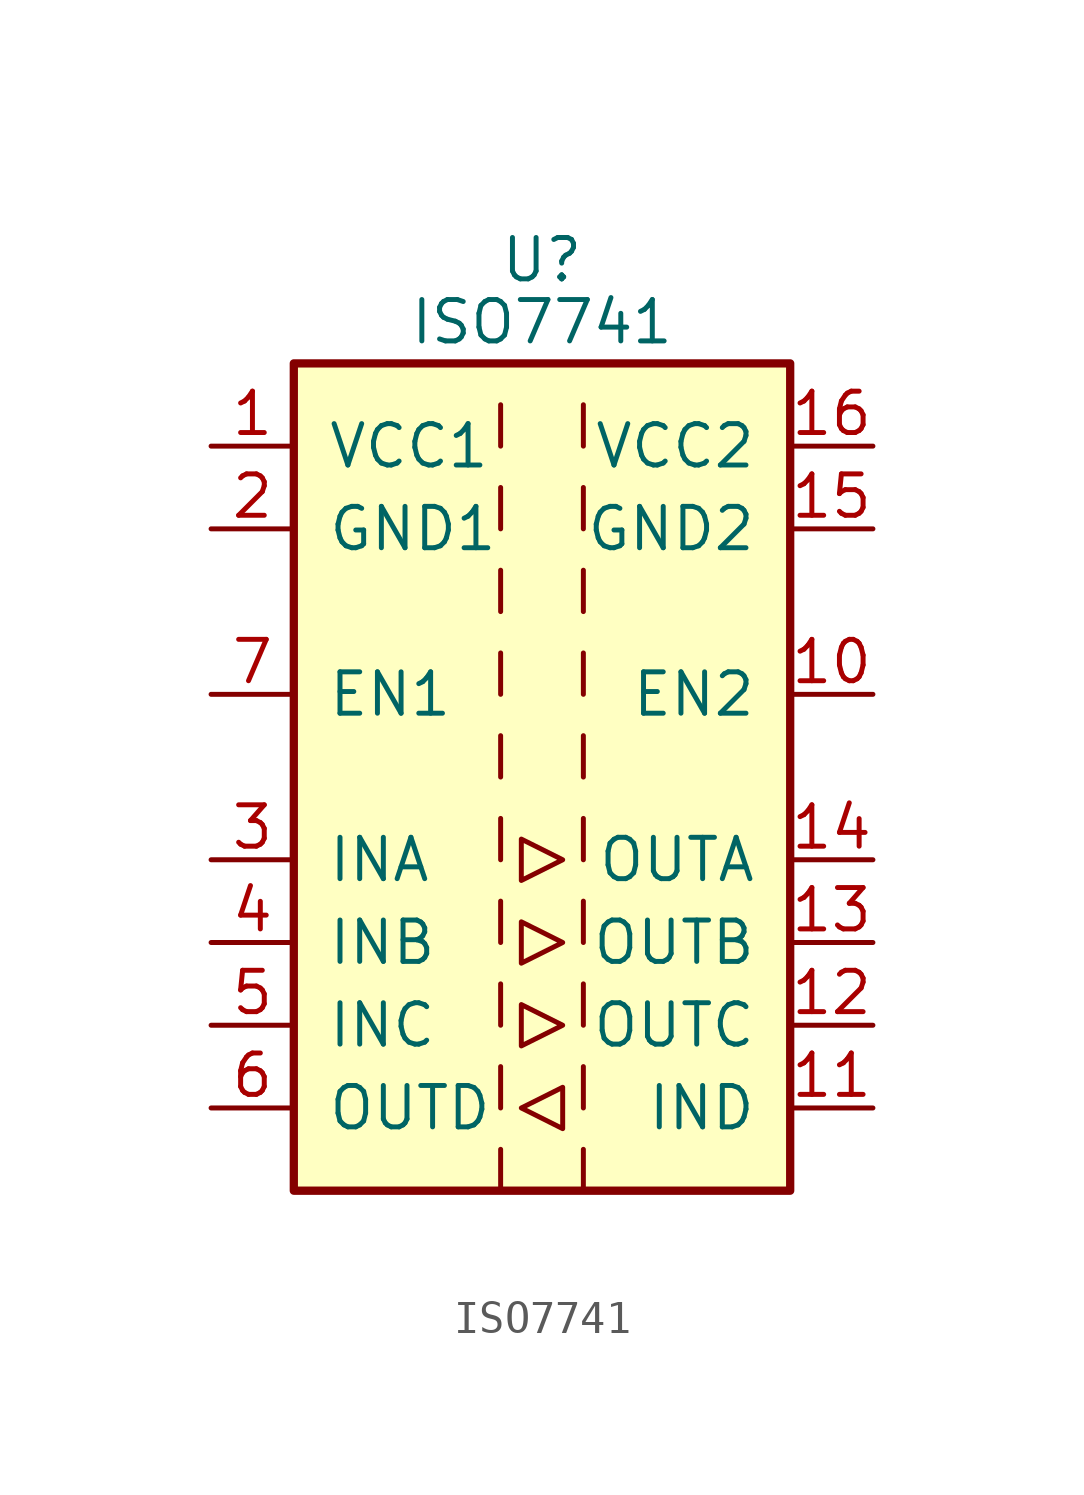
<source format=kicad_sym>
(kicad_symbol_lib
  (version 20241209)
  (generator "kicad_symbol_editor")
  (generator_version "9.0")
  (symbol "ISO7741"
    (pin_names
      (offset 1.016))
    (property "Reference" "U"
      (at 0 15.875 0)
      (effects (font (size 1.27 1.27))))
    (property "Value" "ISO7741"
      (at 0 13.97 0)
      (effects (font (size 1.27 1.27))))
    (symbol "ISO7741_0_1"
      (rectangle (start -7.62 12.7) (end 7.62 -12.7) (stroke (width 0.254) (type default)) (fill (type background)))
      (polyline (pts (xy -1.27 11.43) (xy -1.27 10.16)) (stroke (width 0) (type default)) (fill (type none)))
      (polyline (pts (xy -1.27 8.89) (xy -1.27 7.62)) (stroke (width 0) (type default)) (fill (type none)))
      (polyline (pts (xy -1.27 6.35) (xy -1.27 5.08)) (stroke (width 0) (type default)) (fill (type none)))
      (polyline (pts (xy -1.27 3.81) (xy -1.27 2.54)) (stroke (width 0) (type default)) (fill (type none)))
      (polyline (pts (xy -1.27 1.27) (xy -1.27 0)) (stroke (width 0) (type default)) (fill (type none)))
      (polyline (pts (xy -1.27 -1.27) (xy -1.27 -2.54)) (stroke (width 0) (type default)) (fill (type none)))
      (polyline (pts (xy -1.27 -3.81) (xy -1.27 -5.08)) (stroke (width 0) (type default)) (fill (type none)))
      (polyline (pts (xy -1.27 -6.35) (xy -1.27 -7.62)) (stroke (width 0) (type default)) (fill (type none)))
      (polyline (pts (xy -1.27 -8.89) (xy -1.27 -10.16)) (stroke (width 0) (type default)) (fill (type none)))
      (polyline (pts (xy -1.27 -11.43) (xy -1.27 -12.7)) (stroke (width 0) (type default)) (fill (type none)))
      (polyline (pts (xy -0.635 -1.905) (xy -0.635 -3.175) (xy 0.635 -2.54) (xy -0.635 -1.905)) (stroke (width 0) (type default)) (fill (type none)))
      (polyline (pts (xy -0.635 -4.445) (xy -0.635 -5.715) (xy 0.635 -5.08) (xy -0.635 -4.445)) (stroke (width 0) (type default)) (fill (type none)))
      (polyline (pts (xy -0.635 -6.985) (xy -0.635 -8.255) (xy 0.635 -7.62) (xy -0.635 -6.985)) (stroke (width 0) (type default)) (fill (type none)))
      (polyline (pts (xy -0.635 -10.16) (xy 0.635 -9.525) (xy 0.635 -10.795) (xy -0.635 -10.16)) (stroke (width 0) (type default)) (fill (type none)))
      (polyline (pts (xy 1.27 11.43) (xy 1.27 10.16)) (stroke (width 0) (type default)) (fill (type none)))
      (polyline (pts (xy 1.27 8.89) (xy 1.27 7.62)) (stroke (width 0) (type default)) (fill (type none)))
      (polyline (pts (xy 1.27 6.35) (xy 1.27 5.08)) (stroke (width 0) (type default)) (fill (type none)))
      (polyline (pts (xy 1.27 3.81) (xy 1.27 2.54)) (stroke (width 0) (type default)) (fill (type none)))
      (polyline (pts (xy 1.27 1.27) (xy 1.27 0)) (stroke (width 0) (type default)) (fill (type none)))
      (polyline (pts (xy 1.27 -1.27) (xy 1.27 -2.54)) (stroke (width 0) (type default)) (fill (type none)))
      (polyline (pts (xy 1.27 -3.81) (xy 1.27 -5.08)) (stroke (width 0) (type default)) (fill (type none)))
      (polyline (pts (xy 1.27 -6.35) (xy 1.27 -7.62)) (stroke (width 0) (type default)) (fill (type none)))
      (polyline (pts (xy 1.27 -8.89) (xy 1.27 -10.16)) (stroke (width 0) (type default)) (fill (type none)))
      (polyline (pts (xy 1.27 -11.43) (xy 1.27 -12.7)) (stroke (width 0) (type default)) (fill (type none))))
    (symbol "ISO7741_1_1"
      (pin power_in line (at -10.16 10.16 0) (length 2.54) (name "VCC1" (effects (font (size 1.27 1.27)))) (number "1" (effects (font (size 1.27 1.27)))))
      (pin power_in line (at -10.16 7.62 0) (length 2.54) (name "GND1" (effects (font (size 1.27 1.27)))) (number "2" (effects (font (size 1.27 1.27)))))
      (pin passive line (at -10.16 7.62 0) (length 2.54) (hide yes) (name "GND1" (effects (font (size 1.27 1.27)))) (number "8" (effects (font (size 1.27 1.27)))))
      (pin input line (at -10.16 2.54 0) (length 2.54) (name "EN1" (effects (font (size 1.27 1.27)))) (number "7" (effects (font (size 1.27 1.27)))))
      (pin input line (at -10.16 -2.54 0) (length 2.54) (name "INA" (effects (font (size 1.27 1.27)))) (number "3" (effects (font (size 1.27 1.27)))))
      (pin input line (at -10.16 -5.08 0) (length 2.54) (name "INB" (effects (font (size 1.27 1.27)))) (number "4" (effects (font (size 1.27 1.27)))))
      (pin input line (at -10.16 -7.62 0) (length 2.54) (name "INC" (effects (font (size 1.27 1.27)))) (number "5" (effects (font (size 1.27 1.27)))))
      (pin output line (at -10.16 -10.16 0) (length 2.54) (name "OUTD" (effects (font (size 1.27 1.27)))) (number "6" (effects (font (size 1.27 1.27)))))
      (pin power_in line (at 10.16 10.16 180) (length 2.54) (name "VCC2" (effects (font (size 1.27 1.27)))) (number "16" (effects (font (size 1.27 1.27)))))
      (pin power_in line (at 10.16 7.62 180) (length 2.54) (name "GND2" (effects (font (size 1.27 1.27)))) (number "15" (effects (font (size 1.27 1.27)))))
      (pin passive line (at 10.16 7.62 180) (length 2.54) (hide yes) (name "GND2" (effects (font (size 1.27 1.27)))) (number "9" (effects (font (size 1.27 1.27)))))
      (pin input line (at 10.16 2.54 180) (length 2.54) (name "EN2" (effects (font (size 1.27 1.27)))) (number "10" (effects (font (size 1.27 1.27)))))
      (pin output line (at 10.16 -2.54 180) (length 2.54) (name "OUTA" (effects (font (size 1.27 1.27)))) (number "14" (effects (font (size 1.27 1.27)))))
      (pin output line (at 10.16 -5.08 180) (length 2.54) (name "OUTB" (effects (font (size 1.27 1.27)))) (number "13" (effects (font (size 1.27 1.27)))))
      (pin output line (at 10.16 -7.62 180) (length 2.54) (name "OUTC" (effects (font (size 1.27 1.27)))) (number "12" (effects (font (size 1.27 1.27)))))
      (pin input line (at 10.16 -10.16 180) (length 2.54) (name "IND" (effects (font (size 1.27 1.27)))) (number "11" (effects (font (size 1.27 1.27))))))))
</source>
